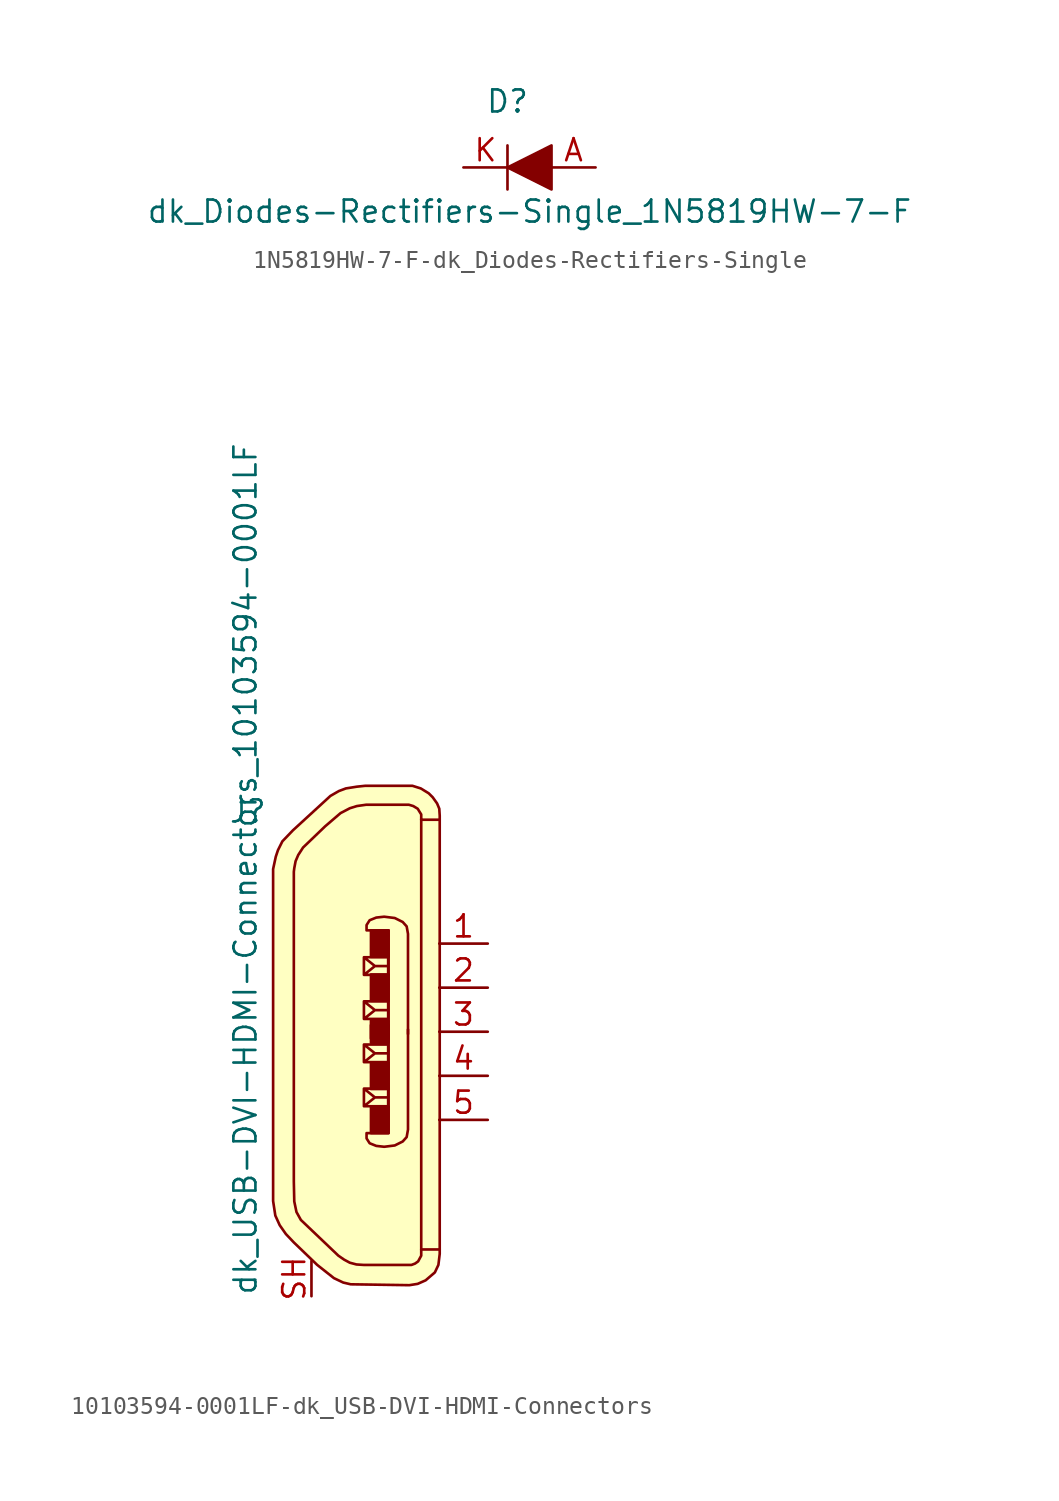
<source format=kicad_sym>
(kicad_symbol_lib
  (version 20220914)
  (generator kicad_symbol_editor)
  (symbol "1N5819HW-7-F-dk_Diodes-Rectifiers-Single"
    (pin_names
      (offset 1.016))
    (property "Reference" "D"
      (at 0 3.81 0)
      (effects (font (size 1.27 1.27))))
    (property "Value" "dk_Diodes-Rectifiers-Single_1N5819HW-7-F"
      (at 1.27 -2.54 0)
      (effects (font (size 1.27 1.27))))
    (symbol "1N5819HW-7-F-dk_Diodes-Rectifiers-Single_0_1"
      (polyline (pts (xy 0 0) (xy 2.54 0)) (stroke (width 0) (type solid)) (fill (type none)))
      (polyline (pts (xy 0 1.27) (xy 0 -1.27)) (stroke (width 0) (type solid)) (fill (type none)))
      (polyline (pts (xy 2.54 1.27) (xy 2.54 -1.27) (xy 0 0) (xy 2.54 1.27)) (stroke (width 0) (type solid)) (fill (type outline))))
    (symbol "1N5819HW-7-F-dk_Diodes-Rectifiers-Single_1_1"
      (pin passive line (at 5.08 0 180) (length 2.54) (name "~" (effects (font (size 1.27 1.27)))) (number "A" (effects (font (size 1.27 1.27)))))
      (pin passive line (at -2.54 0 0) (length 2.54) (name "~" (effects (font (size 1.27 1.27)))) (number "K" (effects (font (size 1.27 1.27)))))))
  (symbol "10103594-0001LF-dk_USB-DVI-HDMI-Connectors"
    (pin_names
      (offset 1.016))
    (property "Reference" "J"
      (at -6.35 12.7 0)
      (effects (font (size 1.27 1.27)) (justify right)))
    (property "Value" "dk_USB-DVI-HDMI-Connectors_10103594-0001LF"
      (at -7.62 -15.24 90)
      (effects (font (size 1.27 1.27)) (justify left)))
    (symbol "10103594-0001LF-dk_USB-DVI-HDMI-Connectors_1_1"
      (rectangle (start -0.381 -4.318) (end 0.635 -5.842) (stroke (width 0) (type solid)) (fill (type outline)))
      (rectangle (start -0.381 -3.302) (end 0.635 -1.778) (stroke (width 0) (type solid)) (fill (type outline)))
      (rectangle (start -0.381 -0.635) (end 0.635 0.381) (stroke (width 0) (type solid)) (fill (type outline)))
      (rectangle (start -0.381 0.635) (end 0.635 -0.381) (stroke (width 0) (type solid)) (fill (type outline)))
      (rectangle (start -0.381 3.302) (end 0.635 1.778) (stroke (width 0) (type solid)) (fill (type outline)))
      (rectangle (start -0.381 4.318) (end 0.635 5.842) (stroke (width 0) (type solid)) (fill (type outline)))
      (polyline (pts (xy 2.515 12.243) (xy 2.515 -12.548)) (stroke (width 0) (type solid)) (fill (type none)))
      (polyline (pts (xy -0.787 -4.293) (xy -0.787 -3.277) (xy 0.61 -3.277) (xy 0.61 -4.293) (xy -0.787 -4.293) (xy -0.152 -3.785) (xy -0.787 -3.277) (xy 0.61 -3.277) (xy 0.61 -3.785) (xy -0.152 -3.785)) (stroke (width 0) (type solid)) (fill (type none)))
      (polyline (pts (xy -0.787 -1.753) (xy -0.787 -0.737) (xy 0.61 -0.737) (xy 0.61 -1.753) (xy -0.787 -1.753) (xy -0.152 -1.245) (xy -0.787 -0.737) (xy 0.61 -0.737) (xy 0.61 -1.245) (xy -0.152 -1.245)) (stroke (width 0) (type solid)) (fill (type none)))
      (polyline (pts (xy -0.787 1.753) (xy -0.787 0.737) (xy 0.61 0.737) (xy 0.61 1.753) (xy -0.787 1.753) (xy -0.152 1.245) (xy -0.787 0.737) (xy 0.61 0.737) (xy 0.61 1.245) (xy -0.152 1.245)) (stroke (width 0) (type solid)) (fill (type none)))
      (polyline (pts (xy -0.787 4.293) (xy -0.787 3.277) (xy 0.61 3.277) (xy 0.61 4.293) (xy -0.787 4.293) (xy -0.152 3.785) (xy -0.787 3.277) (xy 0.61 3.277) (xy 0.61 3.785) (xy -0.152 3.785)) (stroke (width 0) (type solid)) (fill (type none)))
      (polyline (pts (xy 0.635 -0.025) (xy 0.635 5.842) (xy -0.635 5.842) (xy -0.635 6.147) (xy -0.457 6.426) (xy -0.076 6.579) (xy 0.381 6.629) (xy 0.991 6.553) (xy 1.448 6.325) (xy 1.676 6.071) (xy 1.753 5.639) (xy 1.753 4.801) (xy 1.753 -0.127)) (stroke (width 0) (type solid)) (fill (type none)))
      (polyline (pts (xy 0.635 0.025) (xy 0.635 -5.842) (xy -0.635 -5.842) (xy -0.635 -6.147) (xy -0.457 -6.426) (xy -0.076 -6.579) (xy 0.381 -6.629) (xy 0.991 -6.553) (xy 1.448 -6.325) (xy 1.676 -6.071) (xy 1.753 -5.639) (xy 1.753 -4.801) (xy 1.753 0.127)) (stroke (width 0) (type solid)) (fill (type none)))
      (polyline (pts (xy 3.581 -12.548) (xy 2.565 -12.548) (xy 2.515 -12.548) (xy 2.515 -12.903) (xy 2.337 -13.233) (xy 2.159 -13.36) (xy 1.956 -13.437) (xy -0.813 -13.437) (xy -1.219 -13.411) (xy -1.6 -13.31) (xy -1.93 -13.132) (xy -2.261 -12.903) (xy -4.42 -10.846) (xy -4.674 -10.389) (xy -4.801 -9.779) (xy -4.826 -8.636) (xy -4.826 9.22) (xy -4.801 9.423) (xy -4.724 9.83) (xy -4.572 10.185) (xy -4.293 10.617) (xy -3.023 11.836) (xy -2.134 12.598) (xy -1.6 12.878) (xy -1.194 13.005) (xy -0.66 13.081) (xy 1.803 13.081) (xy 2.057 13.005) (xy 2.311 12.852) (xy 2.515 12.522) (xy 2.515 12.217) (xy 3.581 12.217)) (stroke (width 0) (type solid)) (fill (type none)))
      (polyline (pts (xy 3.581 -11.481) (xy 3.581 -12.802) (xy 3.505 -13.437) (xy 3.302 -13.868) (xy 2.769 -14.326) (xy 2.311 -14.529) (xy 1.829 -14.605) (xy -1.549 -14.554) (xy -1.981 -14.453) (xy -2.515 -14.199) (xy -3.48 -13.437) (xy -4.826 -12.141) (xy -5.283 -11.659) (xy -5.639 -11.151) (xy -5.893 -10.592) (xy -6.02 -9.754) (xy -6.02 9.373) (xy -5.867 10.084) (xy -5.74 10.465) (xy -5.486 10.973) (xy -4.877 11.608) (xy -2.718 13.589) (xy -2.235 13.868) (xy -1.829 14.021) (xy -1.194 14.122) (xy -0.711 14.173) (xy 2.007 14.173) (xy 2.489 14.021) (xy 2.946 13.741) (xy 3.175 13.513) (xy 3.429 13.157) (xy 3.556 12.852) (xy 3.581 12.446) (xy 3.581 -11.506)) (stroke (width 0) (type solid)) (fill (type background)))
      (pin passive line (at 6.35 5.08 180) (length 2.794) (name "~" (effects (font (size 1.27 1.27)))) (number "1" (effects (font (size 1.27 1.27)))))
      (pin passive line (at 6.35 2.54 180) (length 2.794) (name "~" (effects (font (size 1.27 1.27)))) (number "2" (effects (font (size 1.27 1.27)))))
      (pin passive line (at 6.35 0 180) (length 2.794) (name "~" (effects (font (size 1.27 1.27)))) (number "3" (effects (font (size 1.27 1.27)))))
      (pin passive line (at 6.35 -2.54 180) (length 2.794) (name "~" (effects (font (size 1.27 1.27)))) (number "4" (effects (font (size 1.27 1.27)))))
      (pin passive line (at 6.35 -5.08 180) (length 2.794) (name "~" (effects (font (size 1.27 1.27)))) (number "5" (effects (font (size 1.27 1.27)))))
      (pin passive line (at -3.81 -15.24 90) (length 2.032) (name "~" (effects (font (size 1.27 1.27)))) (number "SH" (effects (font (size 1.27 1.27))))))))
</source>
